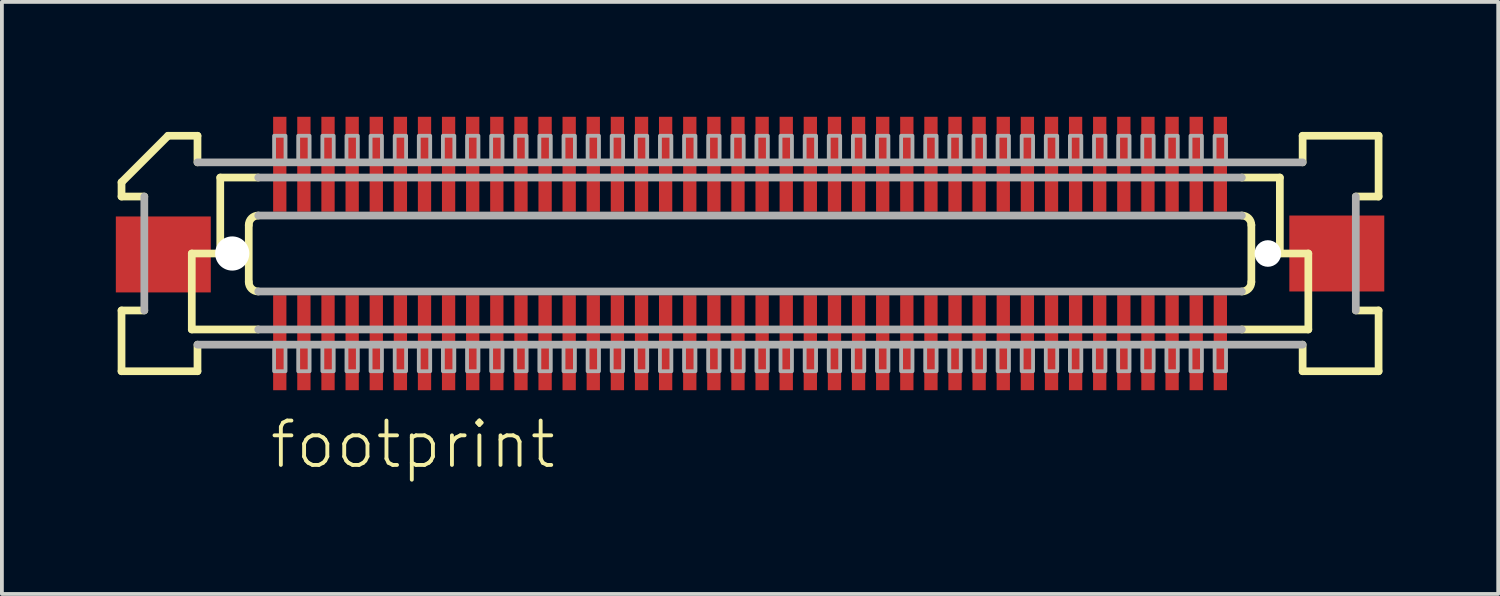
<source format=kicad_pcb>
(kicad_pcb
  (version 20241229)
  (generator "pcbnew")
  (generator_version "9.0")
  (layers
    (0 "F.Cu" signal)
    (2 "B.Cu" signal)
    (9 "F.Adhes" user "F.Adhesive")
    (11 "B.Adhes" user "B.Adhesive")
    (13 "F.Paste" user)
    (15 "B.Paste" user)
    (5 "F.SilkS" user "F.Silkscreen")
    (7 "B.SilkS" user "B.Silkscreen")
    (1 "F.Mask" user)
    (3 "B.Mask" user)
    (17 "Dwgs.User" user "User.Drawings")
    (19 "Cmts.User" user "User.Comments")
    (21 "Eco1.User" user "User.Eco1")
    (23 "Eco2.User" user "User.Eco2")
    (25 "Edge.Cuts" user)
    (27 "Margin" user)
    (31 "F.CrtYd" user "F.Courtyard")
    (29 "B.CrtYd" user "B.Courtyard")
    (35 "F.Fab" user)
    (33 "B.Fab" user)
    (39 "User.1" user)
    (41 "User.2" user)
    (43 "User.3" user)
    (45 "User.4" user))
  (footprint "footprint"
    (layer "F.Cu")
    (at 16.7 3.625)
    (property "Reference" "footprint" (at -12.7 5.715 0) (layer "F.SilkS") (effects (font (size 1.168 1.168) (thickness 0.102)) (justify left bottom)))
    (fp_poly (pts (xy -12.582 -1.075) (xy -12.182 -1.075) (xy -12.182 -3.625) (xy -12.582 -3.625)) (stroke (width 0) (type solid)) (fill yes) (layer "F.Mask"))
    (fp_poly (pts (xy -12.182 1.075) (xy -12.582 1.075) (xy -12.582 3.625) (xy -12.182 3.625)) (stroke (width 0) (type solid)) (fill yes) (layer "F.Mask"))
    (fp_poly (pts (xy -11.947 -1.075) (xy -11.547 -1.075) (xy -11.547 -3.625) (xy -11.947 -3.625)) (stroke (width 0) (type solid)) (fill yes) (layer "F.Mask"))
    (fp_poly (pts (xy -11.547 1.075) (xy -11.947 1.075) (xy -11.947 3.625) (xy -11.547 3.625)) (stroke (width 0) (type solid)) (fill yes) (layer "F.Mask"))
    (fp_poly (pts (xy -11.312 -1.075) (xy -10.912 -1.075) (xy -10.912 -3.625) (xy -11.312 -3.625)) (stroke (width 0) (type solid)) (fill yes) (layer "F.Mask"))
    (fp_poly (pts (xy -10.912 1.075) (xy -11.312 1.075) (xy -11.312 3.625) (xy -10.912 3.625)) (stroke (width 0) (type solid)) (fill yes) (layer "F.Mask"))
    (fp_poly (pts (xy -10.678 -1.075) (xy -10.277 -1.075) (xy -10.277 -3.625) (xy -10.678 -3.625)) (stroke (width 0) (type solid)) (fill yes) (layer "F.Mask"))
    (fp_poly (pts (xy -10.277 1.075) (xy -10.678 1.075) (xy -10.678 3.625) (xy -10.277 3.625)) (stroke (width 0) (type solid)) (fill yes) (layer "F.Mask"))
    (fp_poly (pts (xy -10.043 -1.075) (xy -9.643 -1.075) (xy -9.643 -3.625) (xy -10.043 -3.625)) (stroke (width 0) (type solid)) (fill yes) (layer "F.Mask"))
    (fp_poly (pts (xy -9.643 1.075) (xy -10.043 1.075) (xy -10.043 3.625) (xy -9.643 3.625)) (stroke (width 0) (type solid)) (fill yes) (layer "F.Mask"))
    (fp_poly (pts (xy -9.408 -1.075) (xy -9.008 -1.075) (xy -9.008 -3.625) (xy -9.408 -3.625)) (stroke (width 0) (type solid)) (fill yes) (layer "F.Mask"))
    (fp_poly (pts (xy -9.008 1.075) (xy -9.408 1.075) (xy -9.408 3.625) (xy -9.008 3.625)) (stroke (width 0) (type solid)) (fill yes) (layer "F.Mask"))
    (fp_poly (pts (xy -8.773 -1.075) (xy -8.373 -1.075) (xy -8.373 -3.625) (xy -8.773 -3.625)) (stroke (width 0) (type solid)) (fill yes) (layer "F.Mask"))
    (fp_poly (pts (xy -8.373 1.075) (xy -8.773 1.075) (xy -8.773 3.625) (xy -8.373 3.625)) (stroke (width 0) (type solid)) (fill yes) (layer "F.Mask"))
    (fp_poly (pts (xy -8.137 -1.075) (xy -7.737 -1.075) (xy -7.737 -3.625) (xy -8.137 -3.625)) (stroke (width 0) (type solid)) (fill yes) (layer "F.Mask"))
    (fp_poly (pts (xy -7.737 1.075) (xy -8.137 1.075) (xy -8.137 3.625) (xy -7.737 3.625)) (stroke (width 0) (type solid)) (fill yes) (layer "F.Mask"))
    (fp_poly (pts (xy -7.503 -1.075) (xy -7.103 -1.075) (xy -7.103 -3.625) (xy -7.503 -3.625)) (stroke (width 0) (type solid)) (fill yes) (layer "F.Mask"))
    (fp_poly (pts (xy -7.103 1.075) (xy -7.503 1.075) (xy -7.503 3.625) (xy -7.103 3.625)) (stroke (width 0) (type solid)) (fill yes) (layer "F.Mask"))
    (fp_poly (pts (xy -6.867 -1.075) (xy -6.468 -1.075) (xy -6.468 -3.625) (xy -6.867 -3.625)) (stroke (width 0) (type solid)) (fill yes) (layer "F.Mask"))
    (fp_poly (pts (xy -6.468 1.075) (xy -6.867 1.075) (xy -6.867 3.625) (xy -6.468 3.625)) (stroke (width 0) (type solid)) (fill yes) (layer "F.Mask"))
    (fp_poly (pts (xy -6.232 -1.075) (xy -5.832 -1.075) (xy -5.832 -3.625) (xy -6.232 -3.625)) (stroke (width 0) (type solid)) (fill yes) (layer "F.Mask"))
    (fp_poly (pts (xy -5.832 1.075) (xy -6.232 1.075) (xy -6.232 3.625) (xy -5.832 3.625)) (stroke (width 0) (type solid)) (fill yes) (layer "F.Mask"))
    (fp_poly (pts (xy -5.598 -1.075) (xy -5.197 -1.075) (xy -5.197 -3.625) (xy -5.598 -3.625)) (stroke (width 0) (type solid)) (fill yes) (layer "F.Mask"))
    (fp_poly (pts (xy -5.197 1.075) (xy -5.598 1.075) (xy -5.598 3.625) (xy -5.197 3.625)) (stroke (width 0) (type solid)) (fill yes) (layer "F.Mask"))
    (fp_poly (pts (xy -4.963 -1.075) (xy -4.562 -1.075) (xy -4.562 -3.625) (xy -4.963 -3.625)) (stroke (width 0) (type solid)) (fill yes) (layer "F.Mask"))
    (fp_poly (pts (xy -4.562 1.075) (xy -4.963 1.075) (xy -4.963 3.625) (xy -4.562 3.625)) (stroke (width 0) (type solid)) (fill yes) (layer "F.Mask"))
    (fp_poly (pts (xy -4.327 -1.075) (xy -3.928 -1.075) (xy -3.928 -3.625) (xy -4.327 -3.625)) (stroke (width 0) (type solid)) (fill yes) (layer "F.Mask"))
    (fp_poly (pts (xy -3.928 1.075) (xy -4.327 1.075) (xy -4.327 3.625) (xy -3.928 3.625)) (stroke (width 0) (type solid)) (fill yes) (layer "F.Mask"))
    (fp_poly (pts (xy -3.692 -1.075) (xy -3.292 -1.075) (xy -3.292 -3.625) (xy -3.692 -3.625)) (stroke (width 0) (type solid)) (fill yes) (layer "F.Mask"))
    (fp_poly (pts (xy -3.292 1.075) (xy -3.692 1.075) (xy -3.692 3.625) (xy -3.292 3.625)) (stroke (width 0) (type solid)) (fill yes) (layer "F.Mask"))
    (fp_poly (pts (xy -3.058 -1.075) (xy -2.658 -1.075) (xy -2.658 -3.625) (xy -3.058 -3.625)) (stroke (width 0) (type solid)) (fill yes) (layer "F.Mask"))
    (fp_poly (pts (xy -2.658 1.075) (xy -3.058 1.075) (xy -3.058 3.625) (xy -2.658 3.625)) (stroke (width 0) (type solid)) (fill yes) (layer "F.Mask"))
    (fp_poly (pts (xy -2.422 -1.075) (xy -2.022 -1.075) (xy -2.022 -3.625) (xy -2.422 -3.625)) (stroke (width 0) (type solid)) (fill yes) (layer "F.Mask"))
    (fp_poly (pts (xy -2.022 1.075) (xy -2.422 1.075) (xy -2.422 3.625) (xy -2.022 3.625)) (stroke (width 0) (type solid)) (fill yes) (layer "F.Mask"))
    (fp_poly (pts (xy -1.788 -1.075) (xy -1.387 -1.075) (xy -1.387 -3.625) (xy -1.788 -3.625)) (stroke (width 0) (type solid)) (fill yes) (layer "F.Mask"))
    (fp_poly (pts (xy -1.387 1.075) (xy -1.788 1.075) (xy -1.788 3.625) (xy -1.387 3.625)) (stroke (width 0) (type solid)) (fill yes) (layer "F.Mask"))
    (fp_poly (pts (xy -1.153 -1.075) (xy -0.752 -1.075) (xy -0.752 -3.625) (xy -1.153 -3.625)) (stroke (width 0) (type solid)) (fill yes) (layer "F.Mask"))
    (fp_poly (pts (xy -0.752 1.075) (xy -1.153 1.075) (xy -1.153 3.625) (xy -0.752 3.625)) (stroke (width 0) (type solid)) (fill yes) (layer "F.Mask"))
    (fp_poly (pts (xy -0.517 -1.075) (xy -0.117 -1.075) (xy -0.117 -3.625) (xy -0.517 -3.625)) (stroke (width 0) (type solid)) (fill yes) (layer "F.Mask"))
    (fp_poly (pts (xy -0.117 1.075) (xy -0.517 1.075) (xy -0.517 3.625) (xy -0.117 3.625)) (stroke (width 0) (type solid)) (fill yes) (layer "F.Mask"))
    (fp_poly (pts (xy 0.117 -1.075) (xy 0.517 -1.075) (xy 0.517 -3.625) (xy 0.117 -3.625)) (stroke (width 0) (type solid)) (fill yes) (layer "F.Mask"))
    (fp_poly (pts (xy 0.517 1.075) (xy 0.117 1.075) (xy 0.117 3.625) (xy 0.517 3.625)) (stroke (width 0) (type solid)) (fill yes) (layer "F.Mask"))
    (fp_poly (pts (xy 0.752 -1.075) (xy 1.153 -1.075) (xy 1.153 -3.625) (xy 0.752 -3.625)) (stroke (width 0) (type solid)) (fill yes) (layer "F.Mask"))
    (fp_poly (pts (xy 1.153 1.075) (xy 0.752 1.075) (xy 0.752 3.625) (xy 1.153 3.625)) (stroke (width 0) (type solid)) (fill yes) (layer "F.Mask"))
    (fp_poly (pts (xy 1.387 -1.075) (xy 1.788 -1.075) (xy 1.788 -3.625) (xy 1.387 -3.625)) (stroke (width 0) (type solid)) (fill yes) (layer "F.Mask"))
    (fp_poly (pts (xy 1.788 1.075) (xy 1.387 1.075) (xy 1.387 3.625) (xy 1.788 3.625)) (stroke (width 0) (type solid)) (fill yes) (layer "F.Mask"))
    (fp_poly (pts (xy 2.022 -1.075) (xy 2.422 -1.075) (xy 2.422 -3.625) (xy 2.022 -3.625)) (stroke (width 0) (type solid)) (fill yes) (layer "F.Mask"))
    (fp_poly (pts (xy 2.422 1.075) (xy 2.022 1.075) (xy 2.022 3.625) (xy 2.422 3.625)) (stroke (width 0) (type solid)) (fill yes) (layer "F.Mask"))
    (fp_poly (pts (xy 2.658 -1.075) (xy 3.058 -1.075) (xy 3.058 -3.625) (xy 2.658 -3.625)) (stroke (width 0) (type solid)) (fill yes) (layer "F.Mask"))
    (fp_poly (pts (xy 3.058 1.075) (xy 2.658 1.075) (xy 2.658 3.625) (xy 3.058 3.625)) (stroke (width 0) (type solid)) (fill yes) (layer "F.Mask"))
    (fp_poly (pts (xy 3.292 -1.075) (xy 3.692 -1.075) (xy 3.692 -3.625) (xy 3.292 -3.625)) (stroke (width 0) (type solid)) (fill yes) (layer "F.Mask"))
    (fp_poly (pts (xy 3.692 1.075) (xy 3.292 1.075) (xy 3.292 3.625) (xy 3.692 3.625)) (stroke (width 0) (type solid)) (fill yes) (layer "F.Mask"))
    (fp_poly (pts (xy 3.928 -1.075) (xy 4.327 -1.075) (xy 4.327 -3.625) (xy 3.928 -3.625)) (stroke (width 0) (type solid)) (fill yes) (layer "F.Mask"))
    (fp_poly (pts (xy 4.327 1.075) (xy 3.928 1.075) (xy 3.928 3.625) (xy 4.327 3.625)) (stroke (width 0) (type solid)) (fill yes) (layer "F.Mask"))
    (fp_poly (pts (xy 4.562 -1.075) (xy 4.963 -1.075) (xy 4.963 -3.625) (xy 4.562 -3.625)) (stroke (width 0) (type solid)) (fill yes) (layer "F.Mask"))
    (fp_poly (pts (xy 4.963 1.075) (xy 4.562 1.075) (xy 4.562 3.625) (xy 4.963 3.625)) (stroke (width 0) (type solid)) (fill yes) (layer "F.Mask"))
    (fp_poly (pts (xy 5.197 -1.075) (xy 5.598 -1.075) (xy 5.598 -3.625) (xy 5.197 -3.625)) (stroke (width 0) (type solid)) (fill yes) (layer "F.Mask"))
    (fp_poly (pts (xy 5.598 1.075) (xy 5.197 1.075) (xy 5.197 3.625) (xy 5.598 3.625)) (stroke (width 0) (type solid)) (fill yes) (layer "F.Mask"))
    (fp_poly (pts (xy 5.832 -1.075) (xy 6.232 -1.075) (xy 6.232 -3.625) (xy 5.832 -3.625)) (stroke (width 0) (type solid)) (fill yes) (layer "F.Mask"))
    (fp_poly (pts (xy 6.232 1.075) (xy 5.832 1.075) (xy 5.832 3.625) (xy 6.232 3.625)) (stroke (width 0) (type solid)) (fill yes) (layer "F.Mask"))
    (fp_poly (pts (xy 6.468 -1.075) (xy 6.867 -1.075) (xy 6.867 -3.625) (xy 6.468 -3.625)) (stroke (width 0) (type solid)) (fill yes) (layer "F.Mask"))
    (fp_poly (pts (xy 6.867 1.075) (xy 6.468 1.075) (xy 6.468 3.625) (xy 6.867 3.625)) (stroke (width 0) (type solid)) (fill yes) (layer "F.Mask"))
    (fp_poly (pts (xy 7.103 -1.075) (xy 7.503 -1.075) (xy 7.503 -3.625) (xy 7.103 -3.625)) (stroke (width 0) (type solid)) (fill yes) (layer "F.Mask"))
    (fp_poly (pts (xy 7.503 1.075) (xy 7.103 1.075) (xy 7.103 3.625) (xy 7.503 3.625)) (stroke (width 0) (type solid)) (fill yes) (layer "F.Mask"))
    (fp_poly (pts (xy 7.737 -1.075) (xy 8.137 -1.075) (xy 8.137 -3.625) (xy 7.737 -3.625)) (stroke (width 0) (type solid)) (fill yes) (layer "F.Mask"))
    (fp_poly (pts (xy 8.137 1.075) (xy 7.737 1.075) (xy 7.737 3.625) (xy 8.137 3.625)) (stroke (width 0) (type solid)) (fill yes) (layer "F.Mask"))
    (fp_poly (pts (xy 8.373 -1.075) (xy 8.773 -1.075) (xy 8.773 -3.625) (xy 8.373 -3.625)) (stroke (width 0) (type solid)) (fill yes) (layer "F.Mask"))
    (fp_poly (pts (xy 8.773 1.075) (xy 8.373 1.075) (xy 8.373 3.625) (xy 8.773 3.625)) (stroke (width 0) (type solid)) (fill yes) (layer "F.Mask"))
    (fp_poly (pts (xy 9.008 -1.075) (xy 9.408 -1.075) (xy 9.408 -3.625) (xy 9.008 -3.625)) (stroke (width 0) (type solid)) (fill yes) (layer "F.Mask"))
    (fp_poly (pts (xy 9.408 1.075) (xy 9.008 1.075) (xy 9.008 3.625) (xy 9.408 3.625)) (stroke (width 0) (type solid)) (fill yes) (layer "F.Mask"))
    (fp_poly (pts (xy 9.643 -1.075) (xy 10.043 -1.075) (xy 10.043 -3.625) (xy 9.643 -3.625)) (stroke (width 0) (type solid)) (fill yes) (layer "F.Mask"))
    (fp_poly (pts (xy 10.043 1.075) (xy 9.643 1.075) (xy 9.643 3.625) (xy 10.043 3.625)) (stroke (width 0) (type solid)) (fill yes) (layer "F.Mask"))
    (fp_poly (pts (xy 10.277 -1.075) (xy 10.678 -1.075) (xy 10.678 -3.625) (xy 10.277 -3.625)) (stroke (width 0) (type solid)) (fill yes) (layer "F.Mask"))
    (fp_poly (pts (xy 10.678 1.075) (xy 10.277 1.075) (xy 10.277 3.625) (xy 10.678 3.625)) (stroke (width 0) (type solid)) (fill yes) (layer "F.Mask"))
    (fp_poly (pts (xy 10.912 -1.075) (xy 11.312 -1.075) (xy 11.312 -3.625) (xy 10.912 -3.625)) (stroke (width 0) (type solid)) (fill yes) (layer "F.Mask"))
    (fp_poly (pts (xy 11.312 1.075) (xy 10.912 1.075) (xy 10.912 3.625) (xy 11.312 3.625)) (stroke (width 0) (type solid)) (fill yes) (layer "F.Mask"))
    (fp_poly (pts (xy 11.547 -1.075) (xy 11.947 -1.075) (xy 11.947 -3.625) (xy 11.547 -3.625)) (stroke (width 0) (type solid)) (fill yes) (layer "F.Mask"))
    (fp_poly (pts (xy 11.947 1.075) (xy 11.547 1.075) (xy 11.547 3.625) (xy 11.947 3.625)) (stroke (width 0) (type solid)) (fill yes) (layer "F.Mask"))
    (fp_poly (pts (xy 12.182 -1.075) (xy 12.582 -1.075) (xy 12.582 -3.625) (xy 12.182 -3.625)) (stroke (width 0) (type solid)) (fill yes) (layer "F.Mask"))
    (fp_poly (pts (xy 12.582 1.075) (xy 12.182 1.075) (xy 12.182 3.625) (xy 12.582 3.625)) (stroke (width 0) (type solid)) (fill yes) (layer "F.Mask"))
    (fp_line (start -16.55 -1.5) (end -16.55 -1.875) (stroke (width 0.203) (type solid)) (layer "F.SilkS"))
    (fp_line (start -16.55 1.5) (end -15.95 1.5) (stroke (width 0.203) (type solid)) (layer "F.SilkS"))
    (fp_line (start -16.55 3.1) (end -16.55 1.5) (stroke (width 0.203) (type solid)) (layer "F.SilkS"))
    (fp_line (start -15.95 -1.5) (end -16.55 -1.5) (stroke (width 0.203) (type solid)) (layer "F.SilkS"))
    (fp_line (start -15.325 -3.1) (end -16.55 -1.875) (stroke (width 0.203) (type solid)) (layer "F.SilkS"))
    (fp_line (start -15.325 -3.1) (end -14.55 -3.1) (stroke (width 0.203) (type solid)) (layer "F.SilkS"))
    (fp_line (start -14.7 0) (end -14.7 2) (stroke (width 0.203) (type solid)) (layer "F.SilkS"))
    (fp_line (start -14.7 2) (end -12.95 2) (stroke (width 0.203) (type solid)) (layer "F.SilkS"))
    (fp_line (start -14.55 -3.1) (end -14.55 -2.4) (stroke (width 0.203) (type solid)) (layer "F.SilkS"))
    (fp_line (start -14.55 2.4) (end -14.55 3.1) (stroke (width 0.203) (type solid)) (layer "F.SilkS"))
    (fp_line (start -14.55 3.1) (end -16.55 3.1) (stroke (width 0.203) (type solid)) (layer "F.SilkS"))
    (fp_line (start -13.95 -2) (end -13.95 0) (stroke (width 0.203) (type solid)) (layer "F.SilkS"))
    (fp_line (start -13.95 0) (end -14.7 0) (stroke (width 0.203) (type solid)) (layer "F.SilkS"))
    (fp_line (start -13.2 0.75) (end -13.2 -0.75) (stroke (width 0.203) (type solid)) (layer "F.SilkS"))
    (fp_line (start -12.95 -2) (end -13.95 -2) (stroke (width 0.203) (type solid)) (layer "F.SilkS"))
    (fp_line (start 12.95 2) (end 14.7 2) (stroke (width 0.203) (type solid)) (layer "F.SilkS"))
    (fp_line (start 13.2 -0.75) (end 13.2 0.75) (stroke (width 0.203) (type solid)) (layer "F.SilkS"))
    (fp_line (start 13.95 -2) (end 12.95 -2) (stroke (width 0.203) (type solid)) (layer "F.SilkS"))
    (fp_line (start 13.95 -2) (end 13.95 0) (stroke (width 0.203) (type solid)) (layer "F.SilkS"))
    (fp_line (start 14.55 -3.1) (end 16.55 -3.1) (stroke (width 0.203) (type solid)) (layer "F.SilkS"))
    (fp_line (start 14.55 -2.4) (end 14.55 -3.1) (stroke (width 0.203) (type solid)) (layer "F.SilkS"))
    (fp_line (start 14.55 3.1) (end 14.55 2.4) (stroke (width 0.203) (type solid)) (layer "F.SilkS"))
    (fp_line (start 14.7 0) (end 13.95 0) (stroke (width 0.203) (type solid)) (layer "F.SilkS"))
    (fp_line (start 14.7 0) (end 14.7 2) (stroke (width 0.203) (type solid)) (layer "F.SilkS"))
    (fp_line (start 15.95 1.5) (end 16.55 1.5) (stroke (width 0.203) (type solid)) (layer "F.SilkS"))
    (fp_line (start 16.55 -3.1) (end 16.55 -1.5) (stroke (width 0.203) (type solid)) (layer "F.SilkS"))
    (fp_line (start 16.55 -1.5) (end 15.95 -1.5) (stroke (width 0.203) (type solid)) (layer "F.SilkS"))
    (fp_line (start 16.55 1.5) (end 16.55 3.1) (stroke (width 0.203) (type solid)) (layer "F.SilkS"))
    (fp_line (start 16.55 3.1) (end 14.55 3.1) (stroke (width 0.203) (type solid)) (layer "F.SilkS"))
    (fp_arc (start -13.2 -0.75) (mid -13.126777 -0.926777) (end -12.95 -1) (stroke (width 0.2032) (type solid)) (layer "F.SilkS"))
    (fp_arc (start -12.95 1) (mid -13.126777 0.926777) (end -13.2 0.75) (stroke (width 0.2032) (type solid)) (layer "F.SilkS"))
    (fp_arc (start 12.95 -1) (mid 13.126777 -0.926777) (end 13.2 -0.75) (stroke (width 0.2032) (type solid)) (layer "F.SilkS"))
    (fp_arc (start 13.2 0.75) (mid 13.126777 0.926777) (end 12.95 1) (stroke (width 0.2032) (type solid)) (layer "F.SilkS"))
    (fp_line (start -15.95 1.5) (end -15.95 -1.5) (stroke (width 0.203) (type solid)) (layer "F.Fab"))
    (fp_line (start -14.55 -2.4) (end 14.55 -2.4) (stroke (width 0.203) (type solid)) (layer "F.Fab"))
    (fp_line (start -12.95 -1) (end 12.95 -1) (stroke (width 0.203) (type solid)) (layer "F.Fab"))
    (fp_line (start -12.95 2) (end 12.95 2) (stroke (width 0.203) (type solid)) (layer "F.Fab"))
    (fp_line (start 12.95 -2) (end -12.95 -2) (stroke (width 0.203) (type solid)) (layer "F.Fab"))
    (fp_line (start 12.95 1) (end -12.95 1) (stroke (width 0.203) (type solid)) (layer "F.Fab"))
    (fp_line (start 14.55 2.4) (end -14.55 2.4) (stroke (width 0.203) (type solid)) (layer "F.Fab"))
    (fp_line (start 15.95 -1.5) (end 15.95 1.5) (stroke (width 0.203) (type solid)) (layer "F.Fab"))
    (fp_poly (pts (xy -12.533 3.1) (xy -12.232 3.1) (xy -12.232 2.375) (xy -12.533 2.375)) (stroke (width 0.1) (type solid)) (fill no) (layer "F.Fab"))
    (fp_poly (pts (xy -12.232 -3.1) (xy -12.533 -3.1) (xy -12.533 -2.375) (xy -12.232 -2.375)) (stroke (width 0.1) (type solid)) (fill no) (layer "F.Fab"))
    (fp_poly (pts (xy -11.898 3.1) (xy -11.598 3.1) (xy -11.598 2.375) (xy -11.898 2.375)) (stroke (width 0.1) (type solid)) (fill no) (layer "F.Fab"))
    (fp_poly (pts (xy -11.598 -3.1) (xy -11.898 -3.1) (xy -11.898 -2.375) (xy -11.598 -2.375)) (stroke (width 0.1) (type solid)) (fill no) (layer "F.Fab"))
    (fp_poly (pts (xy -11.262 3.1) (xy -10.963 3.1) (xy -10.963 2.375) (xy -11.262 2.375)) (stroke (width 0.1) (type solid)) (fill no) (layer "F.Fab"))
    (fp_poly (pts (xy -10.963 -3.1) (xy -11.262 -3.1) (xy -11.262 -2.375) (xy -10.963 -2.375)) (stroke (width 0.1) (type solid)) (fill no) (layer "F.Fab"))
    (fp_poly (pts (xy -10.627 3.1) (xy -10.328 3.1) (xy -10.328 2.375) (xy -10.627 2.375)) (stroke (width 0.1) (type solid)) (fill no) (layer "F.Fab"))
    (fp_poly (pts (xy -10.328 -3.1) (xy -10.627 -3.1) (xy -10.627 -2.375) (xy -10.328 -2.375)) (stroke (width 0.1) (type solid)) (fill no) (layer "F.Fab"))
    (fp_poly (pts (xy -9.992 3.1) (xy -9.693 3.1) (xy -9.693 2.375) (xy -9.992 2.375)) (stroke (width 0.1) (type solid)) (fill no) (layer "F.Fab"))
    (fp_poly (pts (xy -9.693 -3.1) (xy -9.992 -3.1) (xy -9.992 -2.375) (xy -9.693 -2.375)) (stroke (width 0.1) (type solid)) (fill no) (layer "F.Fab"))
    (fp_poly (pts (xy -9.357 3.1) (xy -9.057 3.1) (xy -9.057 2.375) (xy -9.357 2.375)) (stroke (width 0.1) (type solid)) (fill no) (layer "F.Fab"))
    (fp_poly (pts (xy -9.057 -3.1) (xy -9.357 -3.1) (xy -9.357 -2.375) (xy -9.057 -2.375)) (stroke (width 0.1) (type solid)) (fill no) (layer "F.Fab"))
    (fp_poly (pts (xy -8.723 3.1) (xy -8.422 3.1) (xy -8.422 2.375) (xy -8.723 2.375)) (stroke (width 0.1) (type solid)) (fill no) (layer "F.Fab"))
    (fp_poly (pts (xy -8.422 -3.1) (xy -8.723 -3.1) (xy -8.723 -2.375) (xy -8.422 -2.375)) (stroke (width 0.1) (type solid)) (fill no) (layer "F.Fab"))
    (fp_poly (pts (xy -8.088 3.1) (xy -7.787 3.1) (xy -7.787 2.375) (xy -8.088 2.375)) (stroke (width 0.1) (type solid)) (fill no) (layer "F.Fab"))
    (fp_poly (pts (xy -7.787 -3.1) (xy -8.088 -3.1) (xy -8.088 -2.375) (xy -7.787 -2.375)) (stroke (width 0.1) (type solid)) (fill no) (layer "F.Fab"))
    (fp_poly (pts (xy -7.452 3.1) (xy -7.152 3.1) (xy -7.152 2.375) (xy -7.452 2.375)) (stroke (width 0.1) (type solid)) (fill no) (layer "F.Fab"))
    (fp_poly (pts (xy -7.152 -3.1) (xy -7.452 -3.1) (xy -7.452 -2.375) (xy -7.152 -2.375)) (stroke (width 0.1) (type solid)) (fill no) (layer "F.Fab"))
    (fp_poly (pts (xy -6.817 3.1) (xy -6.518 3.1) (xy -6.518 2.375) (xy -6.817 2.375)) (stroke (width 0.1) (type solid)) (fill no) (layer "F.Fab"))
    (fp_poly (pts (xy -6.518 -3.1) (xy -6.817 -3.1) (xy -6.817 -2.375) (xy -6.518 -2.375)) (stroke (width 0.1) (type solid)) (fill no) (layer "F.Fab"))
    (fp_poly (pts (xy -6.183 3.1) (xy -5.883 3.1) (xy -5.883 2.375) (xy -6.183 2.375)) (stroke (width 0.1) (type solid)) (fill no) (layer "F.Fab"))
    (fp_poly (pts (xy -5.883 -3.1) (xy -6.183 -3.1) (xy -6.183 -2.375) (xy -5.883 -2.375)) (stroke (width 0.1) (type solid)) (fill no) (layer "F.Fab"))
    (fp_poly (pts (xy -5.548 3.1) (xy -5.247 3.1) (xy -5.247 2.375) (xy -5.548 2.375)) (stroke (width 0.1) (type solid)) (fill no) (layer "F.Fab"))
    (fp_poly (pts (xy -5.247 -3.1) (xy -5.548 -3.1) (xy -5.548 -2.375) (xy -5.247 -2.375)) (stroke (width 0.1) (type solid)) (fill no) (layer "F.Fab"))
    (fp_poly (pts (xy -4.912 3.1) (xy -4.612 3.1) (xy -4.612 2.375) (xy -4.912 2.375)) (stroke (width 0.1) (type solid)) (fill no) (layer "F.Fab"))
    (fp_poly (pts (xy -4.612 -3.1) (xy -4.912 -3.1) (xy -4.912 -2.375) (xy -4.612 -2.375)) (stroke (width 0.1) (type solid)) (fill no) (layer "F.Fab"))
    (fp_poly (pts (xy -4.277 3.1) (xy -3.978 3.1) (xy -3.978 2.375) (xy -4.277 2.375)) (stroke (width 0.1) (type solid)) (fill no) (layer "F.Fab"))
    (fp_poly (pts (xy -3.978 -3.1) (xy -4.277 -3.1) (xy -4.277 -2.375) (xy -3.978 -2.375)) (stroke (width 0.1) (type solid)) (fill no) (layer "F.Fab"))
    (fp_poly (pts (xy -3.643 3.1) (xy -3.342 3.1) (xy -3.342 2.375) (xy -3.643 2.375)) (stroke (width 0.1) (type solid)) (fill no) (layer "F.Fab"))
    (fp_poly (pts (xy -3.342 -3.1) (xy -3.643 -3.1) (xy -3.643 -2.375) (xy -3.342 -2.375)) (stroke (width 0.1) (type solid)) (fill no) (layer "F.Fab"))
    (fp_poly (pts (xy -3.007 3.1) (xy -2.708 3.1) (xy -2.708 2.375) (xy -3.007 2.375)) (stroke (width 0.1) (type solid)) (fill no) (layer "F.Fab"))
    (fp_poly (pts (xy -2.708 -3.1) (xy -3.007 -3.1) (xy -3.007 -2.375) (xy -2.708 -2.375)) (stroke (width 0.1) (type solid)) (fill no) (layer "F.Fab"))
    (fp_poly (pts (xy -2.373 3.1) (xy -2.072 3.1) (xy -2.072 2.375) (xy -2.373 2.375)) (stroke (width 0.1) (type solid)) (fill no) (layer "F.Fab"))
    (fp_poly (pts (xy -2.072 -3.1) (xy -2.373 -3.1) (xy -2.373 -2.375) (xy -2.072 -2.375)) (stroke (width 0.1) (type solid)) (fill no) (layer "F.Fab"))
    (fp_poly (pts (xy -1.738 3.1) (xy -1.438 3.1) (xy -1.438 2.375) (xy -1.738 2.375)) (stroke (width 0.1) (type solid)) (fill no) (layer "F.Fab"))
    (fp_poly (pts (xy -1.438 -3.1) (xy -1.738 -3.1) (xy -1.738 -2.375) (xy -1.438 -2.375)) (stroke (width 0.1) (type solid)) (fill no) (layer "F.Fab"))
    (fp_poly (pts (xy -1.103 3.1) (xy -0.802 3.1) (xy -0.802 2.375) (xy -1.103 2.375)) (stroke (width 0.1) (type solid)) (fill no) (layer "F.Fab"))
    (fp_poly (pts (xy -0.802 -3.1) (xy -1.103 -3.1) (xy -1.103 -2.375) (xy -0.802 -2.375)) (stroke (width 0.1) (type solid)) (fill no) (layer "F.Fab"))
    (fp_poly (pts (xy -0.468 3.1) (xy -0.168 3.1) (xy -0.168 2.375) (xy -0.468 2.375)) (stroke (width 0.1) (type solid)) (fill no) (layer "F.Fab"))
    (fp_poly (pts (xy -0.168 -3.1) (xy -0.468 -3.1) (xy -0.468 -2.375) (xy -0.168 -2.375)) (stroke (width 0.1) (type solid)) (fill no) (layer "F.Fab"))
    (fp_poly (pts (xy 0.168 3.1) (xy 0.468 3.1) (xy 0.468 2.375) (xy 0.168 2.375)) (stroke (width 0.1) (type solid)) (fill no) (layer "F.Fab"))
    (fp_poly (pts (xy 0.468 -3.1) (xy 0.168 -3.1) (xy 0.168 -2.375) (xy 0.468 -2.375)) (stroke (width 0.1) (type solid)) (fill no) (layer "F.Fab"))
    (fp_poly (pts (xy 0.802 3.1) (xy 1.103 3.1) (xy 1.103 2.375) (xy 0.802 2.375)) (stroke (width 0.1) (type solid)) (fill no) (layer "F.Fab"))
    (fp_poly (pts (xy 1.103 -3.1) (xy 0.802 -3.1) (xy 0.802 -2.375) (xy 1.103 -2.375)) (stroke (width 0.1) (type solid)) (fill no) (layer "F.Fab"))
    (fp_poly (pts (xy 1.438 3.1) (xy 1.738 3.1) (xy 1.738 2.375) (xy 1.438 2.375)) (stroke (width 0.1) (type solid)) (fill no) (layer "F.Fab"))
    (fp_poly (pts (xy 1.738 -3.1) (xy 1.438 -3.1) (xy 1.438 -2.375) (xy 1.738 -2.375)) (stroke (width 0.1) (type solid)) (fill no) (layer "F.Fab"))
    (fp_poly (pts (xy 2.072 3.1) (xy 2.373 3.1) (xy 2.373 2.375) (xy 2.072 2.375)) (stroke (width 0.1) (type solid)) (fill no) (layer "F.Fab"))
    (fp_poly (pts (xy 2.373 -3.1) (xy 2.072 -3.1) (xy 2.072 -2.375) (xy 2.373 -2.375)) (stroke (width 0.1) (type solid)) (fill no) (layer "F.Fab"))
    (fp_poly (pts (xy 2.708 3.1) (xy 3.007 3.1) (xy 3.007 2.375) (xy 2.708 2.375)) (stroke (width 0.1) (type solid)) (fill no) (layer "F.Fab"))
    (fp_poly (pts (xy 3.007 -3.1) (xy 2.708 -3.1) (xy 2.708 -2.375) (xy 3.007 -2.375)) (stroke (width 0.1) (type solid)) (fill no) (layer "F.Fab"))
    (fp_poly (pts (xy 3.342 3.1) (xy 3.643 3.1) (xy 3.643 2.375) (xy 3.342 2.375)) (stroke (width 0.1) (type solid)) (fill no) (layer "F.Fab"))
    (fp_poly (pts (xy 3.643 -3.1) (xy 3.342 -3.1) (xy 3.342 -2.375) (xy 3.643 -2.375)) (stroke (width 0.1) (type solid)) (fill no) (layer "F.Fab"))
    (fp_poly (pts (xy 3.978 3.1) (xy 4.277 3.1) (xy 4.277 2.375) (xy 3.978 2.375)) (stroke (width 0.1) (type solid)) (fill no) (layer "F.Fab"))
    (fp_poly (pts (xy 4.277 -3.1) (xy 3.978 -3.1) (xy 3.978 -2.375) (xy 4.277 -2.375)) (stroke (width 0.1) (type solid)) (fill no) (layer "F.Fab"))
    (fp_poly (pts (xy 4.612 3.1) (xy 4.912 3.1) (xy 4.912 2.375) (xy 4.612 2.375)) (stroke (width 0.1) (type solid)) (fill no) (layer "F.Fab"))
    (fp_poly (pts (xy 4.912 -3.1) (xy 4.612 -3.1) (xy 4.612 -2.375) (xy 4.912 -2.375)) (stroke (width 0.1) (type solid)) (fill no) (layer "F.Fab"))
    (fp_poly (pts (xy 5.247 3.1) (xy 5.548 3.1) (xy 5.548 2.375) (xy 5.247 2.375)) (stroke (width 0.1) (type solid)) (fill no) (layer "F.Fab"))
    (fp_poly (pts (xy 5.548 -3.1) (xy 5.247 -3.1) (xy 5.247 -2.375) (xy 5.548 -2.375)) (stroke (width 0.1) (type solid)) (fill no) (layer "F.Fab"))
    (fp_poly (pts (xy 5.883 3.1) (xy 6.183 3.1) (xy 6.183 2.375) (xy 5.883 2.375)) (stroke (width 0.1) (type solid)) (fill no) (layer "F.Fab"))
    (fp_poly (pts (xy 6.183 -3.1) (xy 5.883 -3.1) (xy 5.883 -2.375) (xy 6.183 -2.375)) (stroke (width 0.1) (type solid)) (fill no) (layer "F.Fab"))
    (fp_poly (pts (xy 6.518 3.1) (xy 6.817 3.1) (xy 6.817 2.375) (xy 6.518 2.375)) (stroke (width 0.1) (type solid)) (fill no) (layer "F.Fab"))
    (fp_poly (pts (xy 6.817 -3.1) (xy 6.518 -3.1) (xy 6.518 -2.375) (xy 6.817 -2.375)) (stroke (width 0.1) (type solid)) (fill no) (layer "F.Fab"))
    (fp_poly (pts (xy 7.152 3.1) (xy 7.452 3.1) (xy 7.452 2.375) (xy 7.152 2.375)) (stroke (width 0.1) (type solid)) (fill no) (layer "F.Fab"))
    (fp_poly (pts (xy 7.452 -3.1) (xy 7.152 -3.1) (xy 7.152 -2.375) (xy 7.452 -2.375)) (stroke (width 0.1) (type solid)) (fill no) (layer "F.Fab"))
    (fp_poly (pts (xy 7.787 3.1) (xy 8.088 3.1) (xy 8.088 2.375) (xy 7.787 2.375)) (stroke (width 0.1) (type solid)) (fill no) (layer "F.Fab"))
    (fp_poly (pts (xy 8.088 -3.1) (xy 7.787 -3.1) (xy 7.787 -2.375) (xy 8.088 -2.375)) (stroke (width 0.1) (type solid)) (fill no) (layer "F.Fab"))
    (fp_poly (pts (xy 8.422 3.1) (xy 8.723 3.1) (xy 8.723 2.375) (xy 8.422 2.375)) (stroke (width 0.1) (type solid)) (fill no) (layer "F.Fab"))
    (fp_poly (pts (xy 8.723 -3.1) (xy 8.422 -3.1) (xy 8.422 -2.375) (xy 8.723 -2.375)) (stroke (width 0.1) (type solid)) (fill no) (layer "F.Fab"))
    (fp_poly (pts (xy 9.057 3.1) (xy 9.357 3.1) (xy 9.357 2.375) (xy 9.057 2.375)) (stroke (width 0.1) (type solid)) (fill no) (layer "F.Fab"))
    (fp_poly (pts (xy 9.357 -3.1) (xy 9.057 -3.1) (xy 9.057 -2.375) (xy 9.357 -2.375)) (stroke (width 0.1) (type solid)) (fill no) (layer "F.Fab"))
    (fp_poly (pts (xy 9.693 3.1) (xy 9.992 3.1) (xy 9.992 2.375) (xy 9.693 2.375)) (stroke (width 0.1) (type solid)) (fill no) (layer "F.Fab"))
    (fp_poly (pts (xy 9.992 -3.1) (xy 9.693 -3.1) (xy 9.693 -2.375) (xy 9.992 -2.375)) (stroke (width 0.1) (type solid)) (fill no) (layer "F.Fab"))
    (fp_poly (pts (xy 10.328 3.1) (xy 10.627 3.1) (xy 10.627 2.375) (xy 10.328 2.375)) (stroke (width 0.1) (type solid)) (fill no) (layer "F.Fab"))
    (fp_poly (pts (xy 10.627 -3.1) (xy 10.328 -3.1) (xy 10.328 -2.375) (xy 10.627 -2.375)) (stroke (width 0.1) (type solid)) (fill no) (layer "F.Fab"))
    (fp_poly (pts (xy 10.963 3.1) (xy 11.262 3.1) (xy 11.262 2.375) (xy 10.963 2.375)) (stroke (width 0.1) (type solid)) (fill no) (layer "F.Fab"))
    (fp_poly (pts (xy 11.262 -3.1) (xy 10.963 -3.1) (xy 10.963 -2.375) (xy 11.262 -2.375)) (stroke (width 0.1) (type solid)) (fill no) (layer "F.Fab"))
    (fp_poly (pts (xy 11.598 3.1) (xy 11.898 3.1) (xy 11.898 2.375) (xy 11.598 2.375)) (stroke (width 0.1) (type solid)) (fill no) (layer "F.Fab"))
    (fp_poly (pts (xy 11.898 -3.1) (xy 11.598 -3.1) (xy 11.598 -2.375) (xy 11.898 -2.375)) (stroke (width 0.1) (type solid)) (fill no) (layer "F.Fab"))
    (fp_poly (pts (xy 12.232 3.1) (xy 12.533 3.1) (xy 12.533 2.375) (xy 12.232 2.375)) (stroke (width 0.1) (type solid)) (fill no) (layer "F.Fab"))
    (fp_poly (pts (xy 12.533 -3.1) (xy 12.232 -3.1) (xy 12.232 -2.375) (xy 12.533 -2.375)) (stroke (width 0.1) (type solid)) (fill no) (layer "F.Fab"))
    (pad "" np_thru_hole circle (at -13.635 0) (size 0.9 0.9) (drill 0.9) (layers "*.Cu" "*.Mask"))
    (pad "" np_thru_hole circle (at 13.635 0) (size 0.7 0.7) (drill 0.7) (layers "*.Cu" "*.Mask"))
    (pad "1" smd rect (at -12.383 -2.35) (size 0.35 2.5) (layers "F.Cu" "F.Paste"))
    (pad "2" smd rect (at -12.383 2.35 180) (size 0.35 2.5) (layers "F.Cu" "F.Paste"))
    (pad "3" smd rect (at -11.748 -2.35) (size 0.35 2.5) (layers "F.Cu" "F.Paste"))
    (pad "4" smd rect (at -11.748 2.35 180) (size 0.35 2.5) (layers "F.Cu" "F.Paste"))
    (pad "5" smd rect (at -11.113 -2.35) (size 0.35 2.5) (layers "F.Cu" "F.Paste"))
    (pad "6" smd rect (at -11.113 2.35 180) (size 0.35 2.5) (layers "F.Cu" "F.Paste"))
    (pad "7" smd rect (at -10.477 -2.35) (size 0.35 2.5) (layers "F.Cu" "F.Paste"))
    (pad "8" smd rect (at -10.477 2.35 180) (size 0.35 2.5) (layers "F.Cu" "F.Paste"))
    (pad "9" smd rect (at -9.842 -2.35) (size 0.35 2.5) (layers "F.Cu" "F.Paste"))
    (pad "10" smd rect (at -9.842 2.35 180) (size 0.35 2.5) (layers "F.Cu" "F.Paste"))
    (pad "11" smd rect (at -9.207 -2.35) (size 0.35 2.5) (layers "F.Cu" "F.Paste"))
    (pad "12" smd rect (at -9.207 2.35 180) (size 0.35 2.5) (layers "F.Cu" "F.Paste"))
    (pad "13" smd rect (at -8.572 -2.35) (size 0.35 2.5) (layers "F.Cu" "F.Paste"))
    (pad "14" smd rect (at -8.572 2.35 180) (size 0.35 2.5) (layers "F.Cu" "F.Paste"))
    (pad "15" smd rect (at -7.938 -2.35) (size 0.35 2.5) (layers "F.Cu" "F.Paste"))
    (pad "16" smd rect (at -7.938 2.35 180) (size 0.35 2.5) (layers "F.Cu" "F.Paste"))
    (pad "17" smd rect (at -7.303 -2.35) (size 0.35 2.5) (layers "F.Cu" "F.Paste"))
    (pad "18" smd rect (at -7.303 2.35 180) (size 0.35 2.5) (layers "F.Cu" "F.Paste"))
    (pad "19" smd rect (at -6.668 -2.35) (size 0.35 2.5) (layers "F.Cu" "F.Paste"))
    (pad "20" smd rect (at -6.668 2.35 180) (size 0.35 2.5) (layers "F.Cu" "F.Paste"))
    (pad "21" smd rect (at -6.032 -2.35) (size 0.35 2.5) (layers "F.Cu" "F.Paste"))
    (pad "22" smd rect (at -6.032 2.35 180) (size 0.35 2.5) (layers "F.Cu" "F.Paste"))
    (pad "23" smd rect (at -5.397 -2.35) (size 0.35 2.5) (layers "F.Cu" "F.Paste"))
    (pad "24" smd rect (at -5.397 2.35 180) (size 0.35 2.5) (layers "F.Cu" "F.Paste"))
    (pad "25" smd rect (at -4.763 -2.35) (size 0.35 2.5) (layers "F.Cu" "F.Paste"))
    (pad "26" smd rect (at -4.763 2.35 180) (size 0.35 2.5) (layers "F.Cu" "F.Paste"))
    (pad "27" smd rect (at -4.128 -2.35) (size 0.35 2.5) (layers "F.Cu" "F.Paste"))
    (pad "28" smd rect (at -4.128 2.35 180) (size 0.35 2.5) (layers "F.Cu" "F.Paste"))
    (pad "29" smd rect (at -3.493 -2.35) (size 0.35 2.5) (layers "F.Cu" "F.Paste"))
    (pad "30" smd rect (at -3.493 2.35 180) (size 0.35 2.5) (layers "F.Cu" "F.Paste"))
    (pad "31" smd rect (at -2.857 -2.35) (size 0.35 2.5) (layers "F.Cu" "F.Paste"))
    (pad "32" smd rect (at -2.857 2.35 180) (size 0.35 2.5) (layers "F.Cu" "F.Paste"))
    (pad "33" smd rect (at -2.223 -2.35) (size 0.35 2.5) (layers "F.Cu" "F.Paste"))
    (pad "34" smd rect (at -2.223 2.35 180) (size 0.35 2.5) (layers "F.Cu" "F.Paste"))
    (pad "35" smd rect (at -1.587 -2.35) (size 0.35 2.5) (layers "F.Cu" "F.Paste"))
    (pad "36" smd rect (at -1.587 2.35 180) (size 0.35 2.5) (layers "F.Cu" "F.Paste"))
    (pad "37" smd rect (at -0.953 -2.35) (size 0.35 2.5) (layers "F.Cu" "F.Paste"))
    (pad "38" smd rect (at -0.953 2.35 180) (size 0.35 2.5) (layers "F.Cu" "F.Paste"))
    (pad "39" smd rect (at -0.318 -2.35) (size 0.35 2.5) (layers "F.Cu" "F.Paste"))
    (pad "40" smd rect (at -0.318 2.35 180) (size 0.35 2.5) (layers "F.Cu" "F.Paste"))
    (pad "41" smd rect (at 0.318 -2.35) (size 0.35 2.5) (layers "F.Cu" "F.Paste"))
    (pad "42" smd rect (at 0.318 2.35 180) (size 0.35 2.5) (layers "F.Cu" "F.Paste"))
    (pad "43" smd rect (at 0.953 -2.35) (size 0.35 2.5) (layers "F.Cu" "F.Paste"))
    (pad "44" smd rect (at 0.953 2.35 180) (size 0.35 2.5) (layers "F.Cu" "F.Paste"))
    (pad "45" smd rect (at 1.587 -2.35) (size 0.35 2.5) (layers "F.Cu" "F.Paste"))
    (pad "46" smd rect (at 1.587 2.35 180) (size 0.35 2.5) (layers "F.Cu" "F.Paste"))
    (pad "47" smd rect (at 2.223 -2.35) (size 0.35 2.5) (layers "F.Cu" "F.Paste"))
    (pad "48" smd rect (at 2.223 2.35 180) (size 0.35 2.5) (layers "F.Cu" "F.Paste"))
    (pad "49" smd rect (at 2.857 -2.35) (size 0.35 2.5) (layers "F.Cu" "F.Paste"))
    (pad "50" smd rect (at 2.857 2.35 180) (size 0.35 2.5) (layers "F.Cu" "F.Paste"))
    (pad "51" smd rect (at 3.493 -2.35) (size 0.35 2.5) (layers "F.Cu" "F.Paste"))
    (pad "52" smd rect (at 3.493 2.35 180) (size 0.35 2.5) (layers "F.Cu" "F.Paste"))
    (pad "53" smd rect (at 4.128 -2.35) (size 0.35 2.5) (layers "F.Cu" "F.Paste"))
    (pad "54" smd rect (at 4.128 2.35 180) (size 0.35 2.5) (layers "F.Cu" "F.Paste"))
    (pad "55" smd rect (at 4.763 -2.35) (size 0.35 2.5) (layers "F.Cu" "F.Paste"))
    (pad "56" smd rect (at 4.763 2.35 180) (size 0.35 2.5) (layers "F.Cu" "F.Paste"))
    (pad "57" smd rect (at 5.397 -2.35) (size 0.35 2.5) (layers "F.Cu" "F.Paste"))
    (pad "58" smd rect (at 5.397 2.35 180) (size 0.35 2.5) (layers "F.Cu" "F.Paste"))
    (pad "59" smd rect (at 6.032 -2.35) (size 0.35 2.5) (layers "F.Cu" "F.Paste"))
    (pad "60" smd rect (at 6.032 2.35 180) (size 0.35 2.5) (layers "F.Cu" "F.Paste"))
    (pad "61" smd rect (at 6.668 -2.35) (size 0.35 2.5) (layers "F.Cu" "F.Paste"))
    (pad "62" smd rect (at 6.668 2.35 180) (size 0.35 2.5) (layers "F.Cu" "F.Paste"))
    (pad "63" smd rect (at 7.303 -2.35) (size 0.35 2.5) (layers "F.Cu" "F.Paste"))
    (pad "64" smd rect (at 7.303 2.35 180) (size 0.35 2.5) (layers "F.Cu" "F.Paste"))
    (pad "65" smd rect (at 7.938 -2.35) (size 0.35 2.5) (layers "F.Cu" "F.Paste"))
    (pad "66" smd rect (at 7.938 2.35 180) (size 0.35 2.5) (layers "F.Cu" "F.Paste"))
    (pad "67" smd rect (at 8.572 -2.35) (size 0.35 2.5) (layers "F.Cu" "F.Paste"))
    (pad "68" smd rect (at 8.572 2.35 180) (size 0.35 2.5) (layers "F.Cu" "F.Paste"))
    (pad "69" smd rect (at 9.207 -2.35) (size 0.35 2.5) (layers "F.Cu" "F.Paste"))
    (pad "70" smd rect (at 9.207 2.35 180) (size 0.35 2.5) (layers "F.Cu" "F.Paste"))
    (pad "71" smd rect (at 9.842 -2.35) (size 0.35 2.5) (layers "F.Cu" "F.Paste"))
    (pad "72" smd rect (at 9.842 2.35 180) (size 0.35 2.5) (layers "F.Cu" "F.Paste"))
    (pad "73" smd rect (at 10.477 -2.35) (size 0.35 2.5) (layers "F.Cu" "F.Paste"))
    (pad "74" smd rect (at 10.477 2.35 180) (size 0.35 2.5) (layers "F.Cu" "F.Paste"))
    (pad "75" smd rect (at 11.113 -2.35) (size 0.35 2.5) (layers "F.Cu" "F.Paste"))
    (pad "76" smd rect (at 11.113 2.35 180) (size 0.35 2.5) (layers "F.Cu" "F.Paste"))
    (pad "77" smd rect (at 11.748 -2.35) (size 0.35 2.5) (layers "F.Cu" "F.Paste"))
    (pad "78" smd rect (at 11.748 2.35 180) (size 0.35 2.5) (layers "F.Cu" "F.Paste"))
    (pad "79" smd rect (at 12.383 -2.35) (size 0.35 2.5) (layers "F.Cu" "F.Paste"))
    (pad "80" smd rect (at 12.383 2.35 180) (size 0.35 2.5) (layers "F.Cu" "F.Paste"))
    (pad "M1" smd rect (at -15.45 0.025) (size 2.5 2) (layers "F.Cu" "F.Mask" "F.Paste"))
    (pad "M2" smd rect (at 15.45 0 180) (size 2.5 2) (layers "F.Cu" "F.Mask" "F.Paste")))
  (gr_rect
    (start -3 -3)
    (end 36.4 12.59)
    (stroke (width 0.1) (type default))
    (fill no)
    (layer "Edge.Cuts")))
</source>
